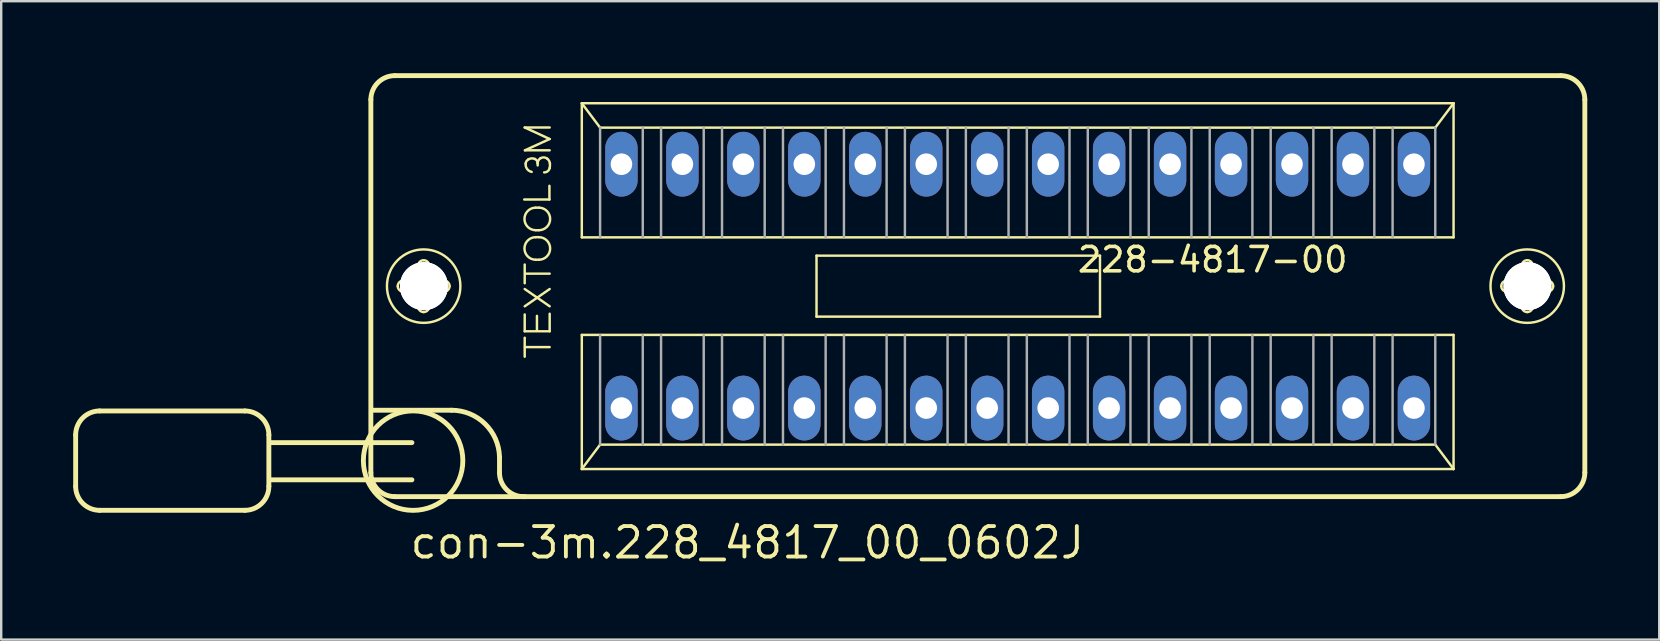
<source format=kicad_pcb>
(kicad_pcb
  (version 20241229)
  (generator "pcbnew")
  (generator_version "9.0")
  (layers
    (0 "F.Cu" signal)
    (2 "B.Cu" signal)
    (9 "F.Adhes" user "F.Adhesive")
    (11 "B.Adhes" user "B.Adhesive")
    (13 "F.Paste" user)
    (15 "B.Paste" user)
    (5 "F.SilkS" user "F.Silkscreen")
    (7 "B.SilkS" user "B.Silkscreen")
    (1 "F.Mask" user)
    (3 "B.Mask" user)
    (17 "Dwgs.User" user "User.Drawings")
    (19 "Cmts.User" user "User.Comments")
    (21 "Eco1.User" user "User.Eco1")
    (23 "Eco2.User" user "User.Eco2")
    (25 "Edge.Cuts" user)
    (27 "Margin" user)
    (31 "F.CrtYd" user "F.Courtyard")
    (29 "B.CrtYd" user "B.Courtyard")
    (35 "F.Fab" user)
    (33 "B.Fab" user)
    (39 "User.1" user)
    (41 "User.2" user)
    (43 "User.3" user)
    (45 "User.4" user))
  (footprint "con-3m.228_4817_00_0602J"
    (layer "F.Cu")
    (at 39.352 8.872)
    (property "Reference" "con-3m.228_4817_00_0602J" (at -25.4 11.43 0) (layer "F.SilkS") (effects (font (size 1.27 1.27) (thickness 0.16)) (justify left bottom)))
    (attr through_hole)
    (fp_line (start -39.25 6.2) (end -39.25 8.34) (stroke (width 0.203) (type default)) (layer "F.SilkS"))
    (fp_line (start -38.25 5.2) (end -32.2 5.2) (stroke (width 0.203) (type default)) (layer "F.SilkS"))
    (fp_line (start -32.2 9.34) (end -38.25 9.34) (stroke (width 0.203) (type default)) (layer "F.SilkS"))
    (fp_line (start -31.2 6.2) (end -31.2 8.34) (stroke (width 0.203) (type default)) (layer "F.SilkS"))
    (fp_line (start -26.95 7.77) (end -26.95 -7.77) (stroke (width 0.203) (type default)) (layer "F.SilkS"))
    (fp_line (start -26.84 5.17) (end -23.59 5.17) (stroke (width 0.203) (type default)) (layer "F.SilkS"))
    (fp_line (start -25.95 -8.77) (end 22.63 -8.77) (stroke (width 0.203) (type default)) (layer "F.SilkS"))
    (fp_line (start -25.6 -0.23) (end -25.05 -0.23) (stroke (width 0.102) (type default)) (layer "F.SilkS"))
    (fp_line (start -25.24 6.52) (end -31.15 6.52) (stroke (width 0.203) (type default)) (layer "F.SilkS"))
    (fp_line (start -25.24 8.07) (end -31.15 8.07) (stroke (width 0.203) (type default)) (layer "F.SilkS"))
    (fp_line (start -25.06 0.23) (end -25.6 0.23) (stroke (width 0.102) (type default)) (layer "F.SilkS"))
    (fp_line (start -24.98 -0.31) (end -24.98 -0.85) (stroke (width 0.102) (type default)) (layer "F.SilkS"))
    (fp_line (start -24.98 0.85) (end -24.98 0.3) (stroke (width 0.102) (type default)) (layer "F.SilkS"))
    (fp_line (start -24.52 -0.85) (end -24.52 -0.3) (stroke (width 0.102) (type default)) (layer "F.SilkS"))
    (fp_line (start -24.52 0.31) (end -24.52 0.85) (stroke (width 0.102) (type default)) (layer "F.SilkS"))
    (fp_line (start -24.44 -0.23) (end -23.9 -0.23) (stroke (width 0.102) (type default)) (layer "F.SilkS"))
    (fp_line (start -23.9 0.23) (end -24.45 0.23) (stroke (width 0.102) (type default)) (layer "F.SilkS"))
    (fp_line (start -21.59 7.12) (end -21.59 7.77) (stroke (width 0.203) (type default)) (layer "F.SilkS"))
    (fp_line (start -20.56 -3.61) (end -19.51 -3.61) (stroke (width 0.102) (type default)) (layer "F.SilkS"))
    (fp_line (start -20.54 -6.61) (end -19.5 -6.61) (stroke (width 0.102) (type default)) (layer "F.SilkS"))
    (fp_line (start -20.54 -0.12) (end -20.54 -0.9) (stroke (width 0.102) (type default)) (layer "F.SilkS"))
    (fp_line (start -20.54 0.12) (end -19.5 0.84) (stroke (width 0.102) (type default)) (layer "F.SilkS"))
    (fp_line (start -20.54 0.84) (end -19.5 0.12) (stroke (width 0.102) (type default)) (layer "F.SilkS"))
    (fp_line (start -20.54 1.18) (end -20.54 1.88) (stroke (width 0.102) (type default)) (layer "F.SilkS"))
    (fp_line (start -20.54 1.88) (end -19.5 1.88) (stroke (width 0.102) (type default)) (layer "F.SilkS"))
    (fp_line (start -20.54 2.94) (end -20.54 2.15) (stroke (width 0.102) (type default)) (layer "F.SilkS"))
    (fp_line (start -20.53 -5.66) (end -19.5 -6.13) (stroke (width 0.102) (type default)) (layer "F.SilkS"))
    (fp_line (start -20.53 2.54) (end -19.5 2.54) (stroke (width 0.102) (type default)) (layer "F.SilkS"))
    (fp_line (start -20.52 -0.52) (end -19.5 -0.52) (stroke (width 0.102) (type default)) (layer "F.SilkS"))
    (fp_line (start -20.08 -3.27) (end -19.95 -3.27) (stroke (width 0.102) (type default)) (layer "F.SilkS"))
    (fp_line (start -20.08 -2.33) (end -19.95 -2.33) (stroke (width 0.102) (type default)) (layer "F.SilkS"))
    (fp_line (start -20.08 -2.04) (end -19.95 -2.04) (stroke (width 0.102) (type default)) (layer "F.SilkS"))
    (fp_line (start -20.08 -1.1) (end -19.95 -1.1) (stroke (width 0.102) (type default)) (layer "F.SilkS"))
    (fp_line (start -20.03 1.24) (end -20.03 1.84) (stroke (width 0.102) (type default)) (layer "F.SilkS"))
    (fp_line (start -20 -5.03) (end -20 -5.12) (stroke (width 0.102) (type default)) (layer "F.SilkS"))
    (fp_line (start -19.51 -3.61) (end -19.51 -4.18) (stroke (width 0.102) (type default)) (layer "F.SilkS"))
    (fp_line (start -19.5 -6.13) (end -20.54 -6.61) (stroke (width 0.102) (type default)) (layer "F.SilkS"))
    (fp_line (start -19.5 -5.66) (end -20.53 -5.66) (stroke (width 0.102) (type default)) (layer "F.SilkS"))
    (fp_line (start -19.5 1.88) (end -19.5 1.15) (stroke (width 0.102) (type default)) (layer "F.SilkS"))
    (fp_line (start -18.161 -7.62) (end 18.161 -7.62) (stroke (width 0.102) (type default)) (layer "F.SilkS"))
    (fp_line (start -18.161 -2.032) (end -18.161 -7.62) (stroke (width 0.102) (type default)) (layer "F.SilkS"))
    (fp_line (start -18.161 2.032) (end 18.161 2.032) (stroke (width 0.102) (type default)) (layer "F.SilkS"))
    (fp_line (start -18.161 7.62) (end -18.161 2.032) (stroke (width 0.102) (type default)) (layer "F.SilkS"))
    (fp_line (start -18.161 7.62) (end -17.399 6.604) (stroke (width 0.102) (type default)) (layer "F.SilkS"))
    (fp_line (start -17.399 -6.604) (end -18.161 -7.62) (stroke (width 0.102) (type default)) (layer "F.SilkS"))
    (fp_line (start -17.399 6.604) (end 17.399 6.604) (stroke (width 0.102) (type default)) (layer "F.SilkS"))
    (fp_line (start -8.382 -1.27) (end 3.429 -1.27) (stroke (width 0.102) (type default)) (layer "F.SilkS"))
    (fp_line (start -8.382 1.27) (end -8.382 -1.27) (stroke (width 0.102) (type default)) (layer "F.SilkS"))
    (fp_line (start 3.429 -1.27) (end 3.429 1.27) (stroke (width 0.102) (type default)) (layer "F.SilkS"))
    (fp_line (start 3.429 1.27) (end -8.382 1.27) (stroke (width 0.102) (type default)) (layer "F.SilkS"))
    (fp_line (start 17.399 -6.604) (end -17.399 -6.604) (stroke (width 0.102) (type default)) (layer "F.SilkS"))
    (fp_line (start 17.399 6.604) (end 18.161 7.62) (stroke (width 0.102) (type default)) (layer "F.SilkS"))
    (fp_line (start 18.161 -7.62) (end 17.399 -6.604) (stroke (width 0.102) (type default)) (layer "F.SilkS"))
    (fp_line (start 18.161 -7.62) (end 18.161 -2.032) (stroke (width 0.102) (type default)) (layer "F.SilkS"))
    (fp_line (start 18.161 -2.032) (end -18.161 -2.032) (stroke (width 0.102) (type default)) (layer "F.SilkS"))
    (fp_line (start 18.161 2.032) (end 18.161 7.62) (stroke (width 0.102) (type default)) (layer "F.SilkS"))
    (fp_line (start 18.161 7.62) (end -18.161 7.62) (stroke (width 0.102) (type default)) (layer "F.SilkS"))
    (fp_line (start 20.38 -0.23) (end 20.93 -0.23) (stroke (width 0.102) (type default)) (layer "F.SilkS"))
    (fp_line (start 20.92 0.23) (end 20.38 0.23) (stroke (width 0.102) (type default)) (layer "F.SilkS"))
    (fp_line (start 21 -0.31) (end 21 -0.85) (stroke (width 0.102) (type default)) (layer "F.SilkS"))
    (fp_line (start 21 0.85) (end 21 0.3) (stroke (width 0.102) (type default)) (layer "F.SilkS"))
    (fp_line (start 21.46 -0.85) (end 21.46 -0.3) (stroke (width 0.102) (type default)) (layer "F.SilkS"))
    (fp_line (start 21.46 0.31) (end 21.46 0.85) (stroke (width 0.102) (type default)) (layer "F.SilkS"))
    (fp_line (start 21.54 -0.23) (end 22.08 -0.23) (stroke (width 0.102) (type default)) (layer "F.SilkS"))
    (fp_line (start 22.08 0.23) (end 21.53 0.23) (stroke (width 0.102) (type default)) (layer "F.SilkS"))
    (fp_line (start 22.63 8.77) (end -25.95 8.77) (stroke (width 0.203) (type default)) (layer "F.SilkS"))
    (fp_line (start 23.63 -7.77) (end 23.63 7.77) (stroke (width 0.203) (type default)) (layer "F.SilkS"))
    (fp_arc (start -39.25 6.2) (mid -38.957107 5.492893) (end -38.25 5.2) (stroke (width 0.2032) (type default)) (layer "F.SilkS"))
    (fp_arc (start -38.25 9.34) (mid -38.957107 9.047107) (end -39.25 8.34) (stroke (width 0.2032) (type default)) (layer "F.SilkS"))
    (fp_arc (start -32.2 5.2) (mid -31.492893 5.492893) (end -31.2 6.2) (stroke (width 0.2032) (type default)) (layer "F.SilkS"))
    (fp_arc (start -31.2 8.34) (mid -31.492893 9.047107) (end -32.2 9.34) (stroke (width 0.2032) (type default)) (layer "F.SilkS"))
    (fp_arc (start -26.95 -7.77) (mid -26.657107 -8.477107) (end -25.95 -8.77) (stroke (width 0.2032) (type default)) (layer "F.SilkS"))
    (fp_arc (start -25.95 8.77) (mid -26.657107 8.477107) (end -26.95 7.77) (stroke (width 0.2032) (type default)) (layer "F.SilkS"))
    (fp_arc (start -25.83 0) (mid -25.762635 -0.162635) (end -25.6 -0.23) (stroke (width 0.1016) (type default)) (layer "F.SilkS"))
    (fp_arc (start -25.6 0.23) (mid -25.762635 0.162635) (end -25.83 0) (stroke (width 0.1016) (type default)) (layer "F.SilkS"))
    (fp_arc (start -25.06 0.23) (mid -25.010503 0.250503) (end -24.99 0.3) (stroke (width 0.1016) (type default)) (layer "F.SilkS"))
    (fp_arc (start -24.98 -0.85) (mid -24.912635 -1.012635) (end -24.75 -1.08) (stroke (width 0.1016) (type default)) (layer "F.SilkS"))
    (fp_arc (start -24.98 -0.3) (mid -25.000503 -0.250503) (end -25.05 -0.23) (stroke (width 0.1016) (type default)) (layer "F.SilkS"))
    (fp_arc (start -24.75 -1.08) (mid -24.587365 -1.012635) (end -24.52 -0.85) (stroke (width 0.1016) (type default)) (layer "F.SilkS"))
    (fp_arc (start -24.75 1.08) (mid -24.912635 1.012635) (end -24.98 0.85) (stroke (width 0.1016) (type default)) (layer "F.SilkS"))
    (fp_arc (start -24.52 0.3) (mid -24.499497 0.250503) (end -24.45 0.23) (stroke (width 0.1016) (type default)) (layer "F.SilkS"))
    (fp_arc (start -24.52 0.85) (mid -24.587365 1.012635) (end -24.75 1.08) (stroke (width 0.1016) (type default)) (layer "F.SilkS"))
    (fp_arc (start -24.45 -0.23) (mid -24.499497 -0.250503) (end -24.52 -0.3) (stroke (width 0.1016) (type default)) (layer "F.SilkS"))
    (fp_arc (start -23.9 -0.23) (mid -23.737365 -0.162635) (end -23.67 0) (stroke (width 0.1016) (type default)) (layer "F.SilkS"))
    (fp_arc (start -23.67 0) (mid -23.737365 0.162635) (end -23.9 0.23) (stroke (width 0.1016) (type default)) (layer "F.SilkS"))
    (fp_arc (start -23.59 5.17) (mid -22.193341 5.73817) (end -21.59 7.12) (stroke (width 0.2032) (type default)) (layer "F.SilkS"))
    (fp_arc (start -20.54 8.77) (mid -21.279286 8.495) (end -21.59 7.77) (stroke (width 0.2032) (type default)) (layer "F.SilkS"))
    (fp_arc (start -20.5 -5.11) (mid -20.464621 -5.207696) (end -20.39 -5.28) (stroke (width 0.1016) (type default)) (layer "F.SilkS"))
    (fp_arc (start -20.39 -5.28) (mid -20.257382 -5.322157) (end -20.12 -5.3) (stroke (width 0.1016) (type default)) (layer "F.SilkS"))
    (fp_arc (start -20.25 -4.76) (mid -20.44297 -4.88645) (end -20.5 -5.11) (stroke (width 0.1016) (type default)) (layer "F.SilkS"))
    (fp_arc (start -20.12 -5.3) (mid -20.03275 -5.228167) (end -20 -5.12) (stroke (width 0.1016) (type default)) (layer "F.SilkS"))
    (fp_arc (start -20.08 -2.33) (mid -20.55 -2.8) (end -20.08 -3.27) (stroke (width 0.1016) (type default)) (layer "F.SilkS"))
    (fp_arc (start -20.08 -1.1) (mid -20.55 -1.57) (end -20.08 -2.04) (stroke (width 0.1016) (type default)) (layer "F.SilkS"))
    (fp_arc (start -20 -5.12) (mid -19.967891 -5.240938) (end -19.88 -5.33) (stroke (width 0.1016) (type default)) (layer "F.SilkS"))
    (fp_arc (start -19.95 -3.27) (mid -19.48 -2.8) (end -19.95 -2.33) (stroke (width 0.1016) (type default)) (layer "F.SilkS"))
    (fp_arc (start -19.95 -2.04) (mid -19.48 -1.57) (end -19.95 -1.1) (stroke (width 0.1016) (type default)) (layer "F.SilkS"))
    (fp_arc (start -19.88 -5.33) (mid -19.736886 -5.363595) (end -19.6 -5.31) (stroke (width 0.1016) (type default)) (layer "F.SilkS"))
    (fp_arc (start -19.6 -5.31) (mid -19.525084 -5.220954) (end -19.49 -5.11) (stroke (width 0.1016) (type default)) (layer "F.SilkS"))
    (fp_arc (start -19.5 -4.92) (mid -19.582524 -4.788503) (end -19.73 -4.74) (stroke (width 0.1016) (type default)) (layer "F.SilkS"))
    (fp_arc (start -19.49 -5.11) (mid -19.487277 -5.014594) (end -19.5 -4.92) (stroke (width 0.1016) (type default)) (layer "F.SilkS"))
    (fp_arc (start 20.15 0) (mid 20.217365 -0.162635) (end 20.38 -0.23) (stroke (width 0.1016) (type default)) (layer "F.SilkS"))
    (fp_arc (start 20.38 0.23) (mid 20.217365 0.162635) (end 20.15 0) (stroke (width 0.1016) (type default)) (layer "F.SilkS"))
    (fp_arc (start 20.92 0.23) (mid 20.969497 0.250503) (end 20.99 0.3) (stroke (width 0.1016) (type default)) (layer "F.SilkS"))
    (fp_arc (start 21 -0.85) (mid 21.067365 -1.012635) (end 21.23 -1.08) (stroke (width 0.1016) (type default)) (layer "F.SilkS"))
    (fp_arc (start 21 -0.3) (mid 20.979497 -0.250503) (end 20.93 -0.23) (stroke (width 0.1016) (type default)) (layer "F.SilkS"))
    (fp_arc (start 21.23 -1.08) (mid 21.392635 -1.012635) (end 21.46 -0.85) (stroke (width 0.1016) (type default)) (layer "F.SilkS"))
    (fp_arc (start 21.23 1.08) (mid 21.067365 1.012635) (end 21 0.85) (stroke (width 0.1016) (type default)) (layer "F.SilkS"))
    (fp_arc (start 21.46 0.3) (mid 21.480503 0.250503) (end 21.53 0.23) (stroke (width 0.1016) (type default)) (layer "F.SilkS"))
    (fp_arc (start 21.46 0.85) (mid 21.392635 1.012635) (end 21.23 1.08) (stroke (width 0.1016) (type default)) (layer "F.SilkS"))
    (fp_arc (start 21.53 -0.23) (mid 21.480503 -0.250503) (end 21.46 -0.3) (stroke (width 0.1016) (type default)) (layer "F.SilkS"))
    (fp_arc (start 22.08 -0.23) (mid 22.242635 -0.162635) (end 22.31 0) (stroke (width 0.1016) (type default)) (layer "F.SilkS"))
    (fp_arc (start 22.31 0) (mid 22.242635 0.162635) (end 22.08 0.23) (stroke (width 0.1016) (type default)) (layer "F.SilkS"))
    (fp_arc (start 22.63 -8.77) (mid 23.337107 -8.477107) (end 23.63 -7.77) (stroke (width 0.2032) (type default)) (layer "F.SilkS"))
    (fp_arc (start 23.63 7.77) (mid 23.337107 8.477107) (end 22.63 8.77) (stroke (width 0.2032) (type default)) (layer "F.SilkS"))
    (fp_circle (center -25.19 7.27) (end -23.118 7.27) (stroke (width 0.203) (type default)) (fill no) (layer "F.SilkS"))
    (fp_circle (center -24.75 0) (end -23.22 0) (stroke (width 0.102) (type default)) (fill no) (layer "F.SilkS"))
    (fp_circle (center 21.23 0) (end 22.76 0) (stroke (width 0.102) (type default)) (fill no) (layer "F.SilkS"))
    (fp_line (start -17.399 -6.604) (end -17.399 -2.032) (stroke (width 0.102) (type default)) (layer "F.Fab"))
    (fp_line (start -17.399 2.032) (end -17.399 6.604) (stroke (width 0.102) (type default)) (layer "F.Fab"))
    (fp_line (start -15.621 -2.032) (end -15.621 -6.604) (stroke (width 0.102) (type default)) (layer "F.Fab"))
    (fp_line (start -15.621 2.032) (end -15.621 6.604) (stroke (width 0.102) (type default)) (layer "F.Fab"))
    (fp_line (start -14.859 -2.032) (end -14.859 -6.604) (stroke (width 0.102) (type default)) (layer "F.Fab"))
    (fp_line (start -14.859 2.032) (end -14.859 6.604) (stroke (width 0.102) (type default)) (layer "F.Fab"))
    (fp_line (start -13.081 -2.032) (end -13.081 -6.604) (stroke (width 0.102) (type default)) (layer "F.Fab"))
    (fp_line (start -13.081 2.032) (end -13.081 6.604) (stroke (width 0.102) (type default)) (layer "F.Fab"))
    (fp_line (start -12.319 -2.032) (end -12.319 -6.604) (stroke (width 0.102) (type default)) (layer "F.Fab"))
    (fp_line (start -12.319 2.032) (end -12.319 6.604) (stroke (width 0.102) (type default)) (layer "F.Fab"))
    (fp_line (start -10.541 -2.032) (end -10.541 -6.604) (stroke (width 0.102) (type default)) (layer "F.Fab"))
    (fp_line (start -10.541 2.032) (end -10.541 6.604) (stroke (width 0.102) (type default)) (layer "F.Fab"))
    (fp_line (start -9.779 -2.032) (end -9.779 -6.604) (stroke (width 0.102) (type default)) (layer "F.Fab"))
    (fp_line (start -9.779 2.032) (end -9.779 6.604) (stroke (width 0.102) (type default)) (layer "F.Fab"))
    (fp_line (start -8.001 -2.032) (end -8.001 -6.604) (stroke (width 0.102) (type default)) (layer "F.Fab"))
    (fp_line (start -8.001 2.032) (end -8.001 6.604) (stroke (width 0.102) (type default)) (layer "F.Fab"))
    (fp_line (start -7.239 -2.032) (end -7.239 -6.604) (stroke (width 0.102) (type default)) (layer "F.Fab"))
    (fp_line (start -7.239 2.032) (end -7.239 6.604) (stroke (width 0.102) (type default)) (layer "F.Fab"))
    (fp_line (start -5.461 -2.032) (end -5.461 -6.604) (stroke (width 0.102) (type default)) (layer "F.Fab"))
    (fp_line (start -5.461 2.032) (end -5.461 6.604) (stroke (width 0.102) (type default)) (layer "F.Fab"))
    (fp_line (start -4.699 -2.032) (end -4.699 -6.604) (stroke (width 0.102) (type default)) (layer "F.Fab"))
    (fp_line (start -4.699 2.032) (end -4.699 6.604) (stroke (width 0.102) (type default)) (layer "F.Fab"))
    (fp_line (start -2.921 -2.032) (end -2.921 -6.604) (stroke (width 0.102) (type default)) (layer "F.Fab"))
    (fp_line (start -2.921 2.032) (end -2.921 6.604) (stroke (width 0.102) (type default)) (layer "F.Fab"))
    (fp_line (start -2.159 -2.032) (end -2.159 -6.604) (stroke (width 0.102) (type default)) (layer "F.Fab"))
    (fp_line (start -2.159 2.032) (end -2.159 6.604) (stroke (width 0.102) (type default)) (layer "F.Fab"))
    (fp_line (start -0.381 -2.032) (end -0.381 -6.604) (stroke (width 0.102) (type default)) (layer "F.Fab"))
    (fp_line (start -0.381 2.032) (end -0.381 6.604) (stroke (width 0.102) (type default)) (layer "F.Fab"))
    (fp_line (start 0.381 -2.032) (end 0.381 -6.604) (stroke (width 0.102) (type default)) (layer "F.Fab"))
    (fp_line (start 0.381 2.032) (end 0.381 6.604) (stroke (width 0.102) (type default)) (layer "F.Fab"))
    (fp_line (start 2.159 -2.032) (end 2.159 -6.604) (stroke (width 0.102) (type default)) (layer "F.Fab"))
    (fp_line (start 2.159 2.032) (end 2.159 6.604) (stroke (width 0.102) (type default)) (layer "F.Fab"))
    (fp_line (start 2.921 -2.032) (end 2.921 -6.604) (stroke (width 0.102) (type default)) (layer "F.Fab"))
    (fp_line (start 2.921 2.032) (end 2.921 6.604) (stroke (width 0.102) (type default)) (layer "F.Fab"))
    (fp_line (start 4.699 -2.032) (end 4.699 -6.604) (stroke (width 0.102) (type default)) (layer "F.Fab"))
    (fp_line (start 4.699 2.032) (end 4.699 6.604) (stroke (width 0.102) (type default)) (layer "F.Fab"))
    (fp_line (start 5.461 -2.032) (end 5.461 -6.604) (stroke (width 0.102) (type default)) (layer "F.Fab"))
    (fp_line (start 5.461 2.032) (end 5.461 6.604) (stroke (width 0.102) (type default)) (layer "F.Fab"))
    (fp_line (start 7.239 -2.032) (end 7.239 -6.604) (stroke (width 0.102) (type default)) (layer "F.Fab"))
    (fp_line (start 7.239 2.032) (end 7.239 6.604) (stroke (width 0.102) (type default)) (layer "F.Fab"))
    (fp_line (start 8.001 -2.032) (end 8.001 -6.604) (stroke (width 0.102) (type default)) (layer "F.Fab"))
    (fp_line (start 8.001 2.032) (end 8.001 6.604) (stroke (width 0.102) (type default)) (layer "F.Fab"))
    (fp_line (start 9.779 -2.032) (end 9.779 -6.604) (stroke (width 0.102) (type default)) (layer "F.Fab"))
    (fp_line (start 9.779 2.032) (end 9.779 6.604) (stroke (width 0.102) (type default)) (layer "F.Fab"))
    (fp_line (start 10.541 -2.032) (end 10.541 -6.604) (stroke (width 0.102) (type default)) (layer "F.Fab"))
    (fp_line (start 10.541 2.032) (end 10.541 6.604) (stroke (width 0.102) (type default)) (layer "F.Fab"))
    (fp_line (start 12.319 -2.032) (end 12.319 -6.604) (stroke (width 0.102) (type default)) (layer "F.Fab"))
    (fp_line (start 12.319 2.032) (end 12.319 6.604) (stroke (width 0.102) (type default)) (layer "F.Fab"))
    (fp_line (start 13.081 -2.032) (end 13.081 -6.604) (stroke (width 0.102) (type default)) (layer "F.Fab"))
    (fp_line (start 13.081 2.032) (end 13.081 6.604) (stroke (width 0.102) (type default)) (layer "F.Fab"))
    (fp_line (start 14.859 -2.032) (end 14.859 -6.604) (stroke (width 0.102) (type default)) (layer "F.Fab"))
    (fp_line (start 14.859 2.032) (end 14.859 6.604) (stroke (width 0.102) (type default)) (layer "F.Fab"))
    (fp_line (start 15.621 -2.032) (end 15.621 -6.604) (stroke (width 0.102) (type default)) (layer "F.Fab"))
    (fp_line (start 15.621 2.032) (end 15.621 6.604) (stroke (width 0.102) (type default)) (layer "F.Fab"))
    (fp_line (start 17.399 -2.032) (end 17.399 -6.604) (stroke (width 0.102) (type default)) (layer "F.Fab"))
    (fp_line (start 17.399 6.604) (end 17.399 2.032) (stroke (width 0.102) (type default)) (layer "F.Fab"))
    (fp_text user "228-4817-00" (at 2.413 -0.508 180) (layer "F.SilkS") (effects (font (size 1.016 1.016) (thickness 0.15)) (justify left bottom)))
    (pad "" np_thru_hole circle (at -24.74 0) (size 2 2) (drill 2) (layers "*.Cu" "*.Mask"))
    (pad "" np_thru_hole circle (at -24.74 0) (size 2 2) (drill 2) (layers "*.Cu" "*.Mask"))
    (pad "" np_thru_hole circle (at 21.24 0) (size 2 2) (drill 2) (layers "*.Cu" "*.Mask"))
    (pad "" np_thru_hole circle (at 21.24 0) (size 2 2) (drill 2) (layers "*.Cu" "*.Mask"))
    (pad "1" thru_hole oval (at -16.51 5.08 90) (size 2.7 1.35) (drill 0.9) (layers "*.Cu" "*.Mask"))
    (pad "2" thru_hole oval (at -13.97 5.08 90) (size 2.7 1.35) (drill 0.9) (layers "*.Cu" "*.Mask"))
    (pad "3" thru_hole oval (at -11.43 5.08 90) (size 2.7 1.35) (drill 0.9) (layers "*.Cu" "*.Mask"))
    (pad "4" thru_hole oval (at -8.89 5.08 90) (size 2.7 1.35) (drill 0.9) (layers "*.Cu" "*.Mask"))
    (pad "5" thru_hole oval (at -6.35 5.08 90) (size 2.7 1.35) (drill 0.9) (layers "*.Cu" "*.Mask"))
    (pad "6" thru_hole oval (at -3.81 5.08 90) (size 2.7 1.35) (drill 0.9) (layers "*.Cu" "*.Mask"))
    (pad "7" thru_hole oval (at -1.27 5.08 90) (size 2.7 1.35) (drill 0.9) (layers "*.Cu" "*.Mask"))
    (pad "8" thru_hole oval (at 1.27 5.08 90) (size 2.7 1.35) (drill 0.9) (layers "*.Cu" "*.Mask"))
    (pad "9" thru_hole oval (at 3.81 5.08 90) (size 2.7 1.35) (drill 0.9) (layers "*.Cu" "*.Mask"))
    (pad "10" thru_hole oval (at 6.35 5.08 90) (size 2.7 1.35) (drill 0.9) (layers "*.Cu" "*.Mask"))
    (pad "11" thru_hole oval (at 8.89 5.08 90) (size 2.7 1.35) (drill 0.9) (layers "*.Cu" "*.Mask"))
    (pad "12" thru_hole oval (at 11.43 5.08 90) (size 2.7 1.35) (drill 0.9) (layers "*.Cu" "*.Mask"))
    (pad "13" thru_hole oval (at 13.97 5.08 90) (size 2.7 1.35) (drill 0.9) (layers "*.Cu" "*.Mask"))
    (pad "14" thru_hole oval (at 16.51 5.08 90) (size 2.7 1.35) (drill 0.9) (layers "*.Cu" "*.Mask"))
    (pad "15" thru_hole oval (at 16.51 -5.08 90) (size 2.7 1.35) (drill 0.9) (layers "*.Cu" "*.Mask"))
    (pad "16" thru_hole oval (at 13.97 -5.08 90) (size 2.7 1.35) (drill 0.9) (layers "*.Cu" "*.Mask"))
    (pad "17" thru_hole oval (at 11.43 -5.08 90) (size 2.7 1.35) (drill 0.9) (layers "*.Cu" "*.Mask"))
    (pad "18" thru_hole oval (at 8.89 -5.08 90) (size 2.7 1.35) (drill 0.9) (layers "*.Cu" "*.Mask"))
    (pad "19" thru_hole oval (at 6.35 -5.08 90) (size 2.7 1.35) (drill 0.9) (layers "*.Cu" "*.Mask"))
    (pad "20" thru_hole oval (at 3.81 -5.08 90) (size 2.7 1.35) (drill 0.9) (layers "*.Cu" "*.Mask"))
    (pad "21" thru_hole oval (at 1.27 -5.08 90) (size 2.7 1.35) (drill 0.9) (layers "*.Cu" "*.Mask"))
    (pad "22" thru_hole oval (at -1.27 -5.08 90) (size 2.7 1.35) (drill 0.9) (layers "*.Cu" "*.Mask"))
    (pad "23" thru_hole oval (at -3.81 -5.08 90) (size 2.7 1.35) (drill 0.9) (layers "*.Cu" "*.Mask"))
    (pad "24" thru_hole oval (at -6.35 -5.08 90) (size 2.7 1.35) (drill 0.9) (layers "*.Cu" "*.Mask"))
    (pad "25" thru_hole oval (at -8.89 -5.08 90) (size 2.7 1.35) (drill 0.9) (layers "*.Cu" "*.Mask"))
    (pad "26" thru_hole oval (at -11.43 -5.08 90) (size 2.7 1.35) (drill 0.9) (layers "*.Cu" "*.Mask"))
    (pad "27" thru_hole oval (at -13.97 -5.08 90) (size 2.7 1.35) (drill 0.9) (layers "*.Cu" "*.Mask"))
    (pad "28" thru_hole oval (at -16.51 -5.08 90) (size 2.7 1.35) (drill 0.9) (layers "*.Cu" "*.Mask")))
  (gr_rect
    (start -3 -3)
    (end 66.083 23.599)
    (stroke (width 0.1) (type default))
    (fill no)
    (layer "Edge.Cuts")))
</source>
